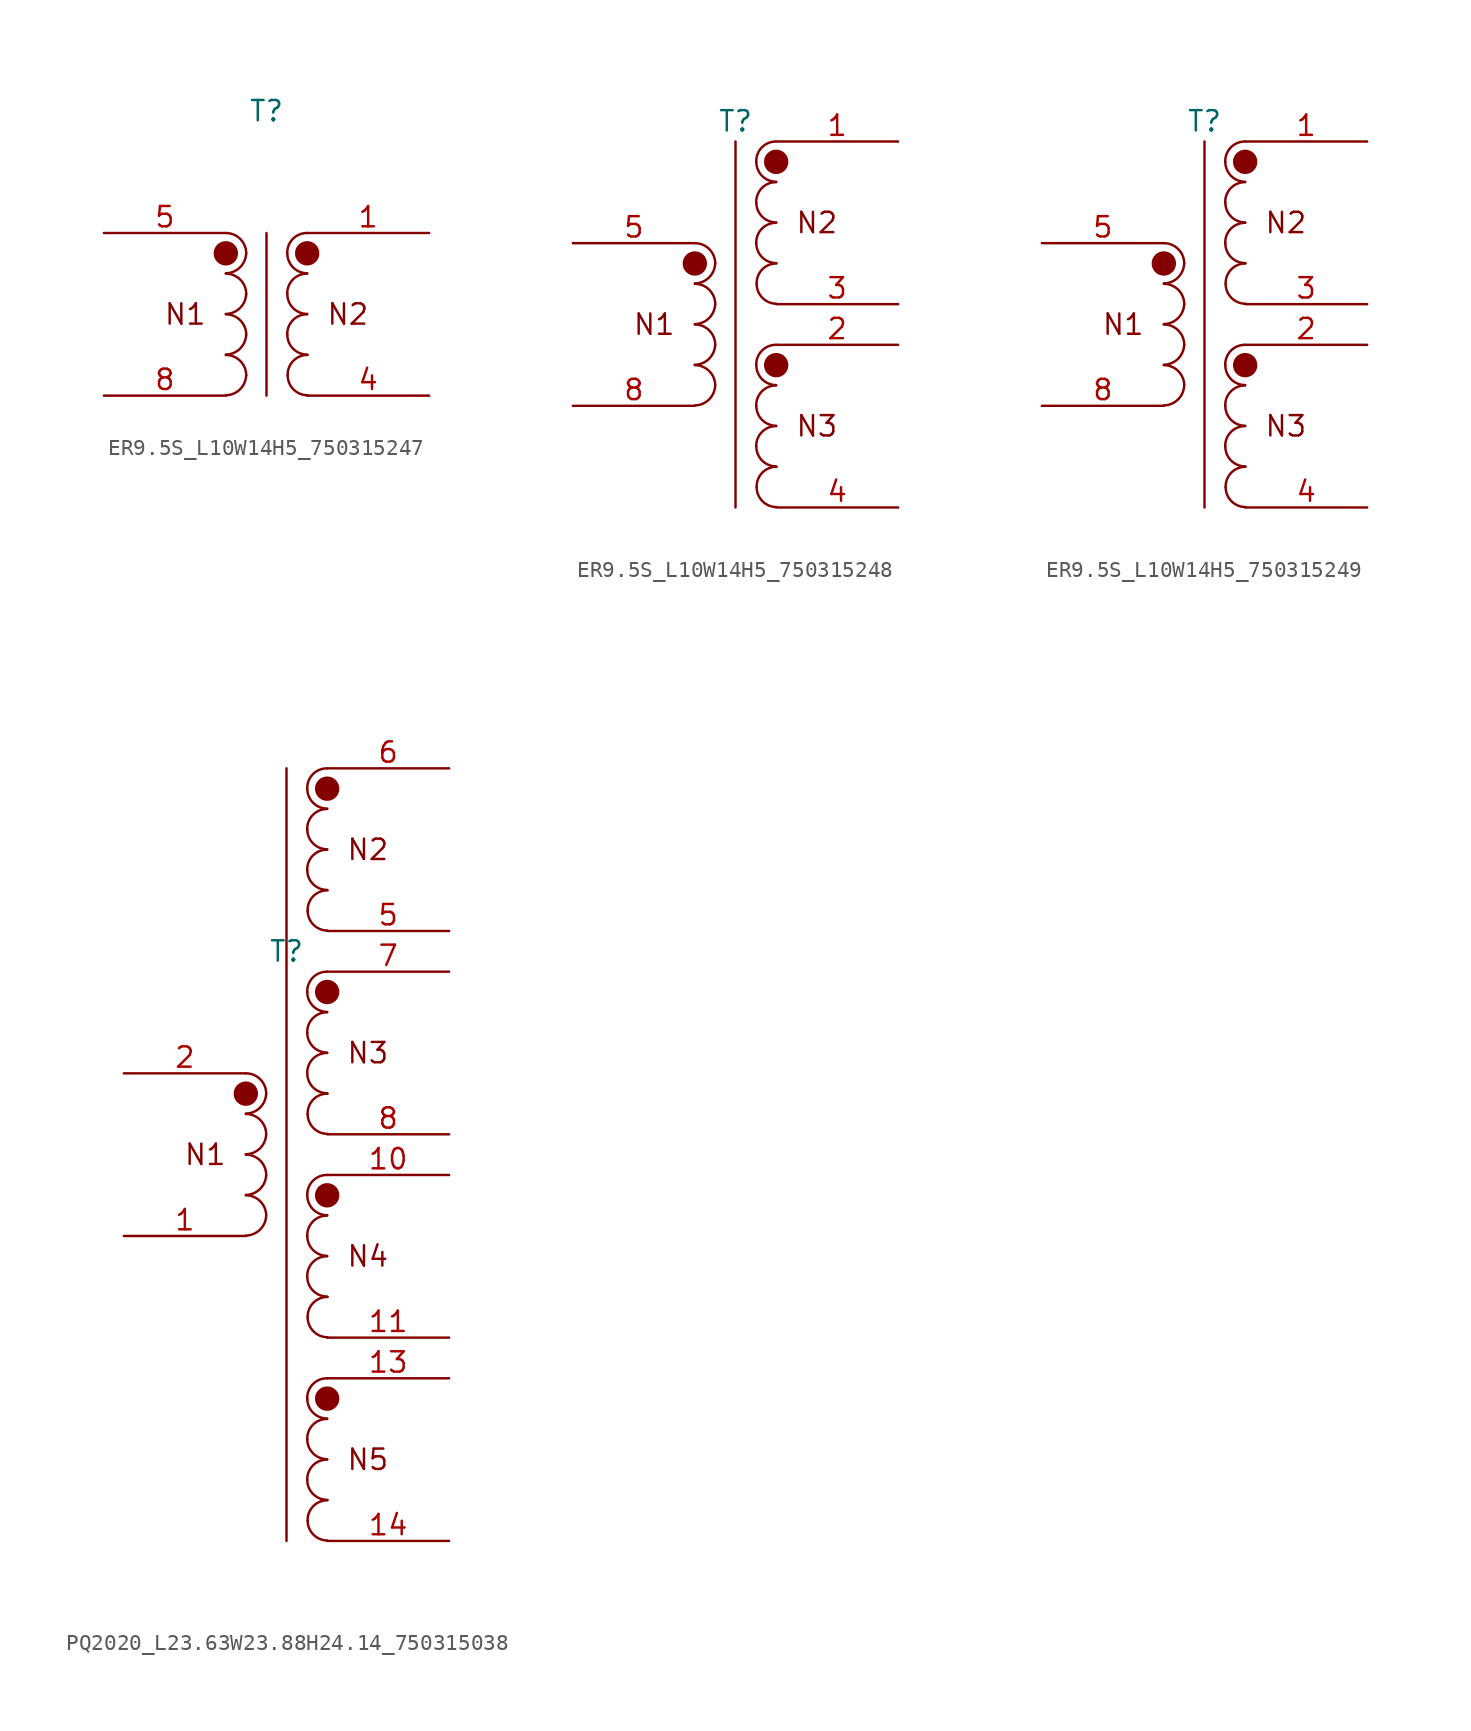
<source format=kicad_sym>
(kicad_symbol_lib
  (version 20220914)
  (generator kicad_symbol_editor)
  (symbol "ER9.5S_L10W14H5_750315247"
    (pin_names hide)
    (property "Reference" "T"
      (at 0 12.7 0)
      (effects (font (size 1.27 1.27))))
    (symbol "ER9.5S_L10W14H5_750315247_0_1"
      (arc (start -2.54 -5.0546) (mid -1.6599 -4.6901) (end -1.27 -3.81) (stroke (width 0) (type default)) (fill (type none)))
      (arc (start -2.54 -2.5146) (mid -1.6599 -2.1501) (end -1.27 -1.27) (stroke (width 0) (type default)) (fill (type none)))
      (arc (start -2.54 0.0254) (mid -1.6599 0.3899) (end -1.27 1.27) (stroke (width 0) (type default)) (fill (type none)))
      (arc (start -2.54 2.5654) (mid -1.6599 2.9299) (end -1.27 3.81) (stroke (width 0) (type default)) (fill (type none)))
      (arc (start -1.27 -3.81) (mid -1.642 -2.912) (end -2.54 -2.54) (stroke (width 0) (type default)) (fill (type none)))
      (arc (start -1.27 -1.27) (mid -1.642 -0.372) (end -2.54 0) (stroke (width 0) (type default)) (fill (type none)))
      (arc (start -1.27 1.27) (mid -1.642 2.168) (end -2.54 2.54) (stroke (width 0) (type default)) (fill (type none)))
      (arc (start -1.27 3.81) (mid -1.642 4.708) (end -2.54 5.08) (stroke (width 0) (type default)) (fill (type none)))
      (polyline (pts (xy 0 5.08) (xy 0 -5.08)) (stroke (width 0) (type default)) (fill (type none)))
      (arc (start 1.2954 -1.27) (mid 1.6599 -2.1501) (end 2.54 -2.5146) (stroke (width 0) (type default)) (fill (type none)))
      (arc (start 1.2954 1.27) (mid 1.6599 0.3899) (end 2.54 0.0254) (stroke (width 0) (type default)) (fill (type none)))
      (arc (start 1.2954 3.81) (mid 1.6599 2.9299) (end 2.54 2.5654) (stroke (width 0) (type default)) (fill (type none)))
      (arc (start 1.3208 -3.81) (mid 1.6853 -4.6901) (end 2.5654 -5.0546) (stroke (width 0) (type default)) (fill (type none)))
      (arc (start 2.54 0) (mid 1.642 -0.372) (end 1.2954 -1.27) (stroke (width 0) (type default)) (fill (type none)))
      (arc (start 2.54 2.54) (mid 1.642 2.168) (end 1.2954 1.27) (stroke (width 0) (type default)) (fill (type none)))
      (arc (start 2.54 5.08) (mid 1.642 4.708) (end 1.2954 3.81) (stroke (width 0) (type default)) (fill (type none)))
      (arc (start 2.5654 -2.54) (mid 1.6674 -2.912) (end 1.3208 -3.81) (stroke (width 0) (type default)) (fill (type none))))
    (symbol "ER9.5S_L10W14H5_750315247_1_1"
      (circle (center -2.54 3.81) (radius 0.0001) (stroke (width 0.762) (type default)) (fill (type none)))
      (circle (center 2.54 3.81) (radius 0.0001) (stroke (width 0.762) (type default)) (fill (type none)))
      (text "N1" (at -5.08 0 0) (effects (font (size 1.27 1.27))))
      (text "N2" (at 5.08 0 0) (effects (font (size 1.27 1.27))))
      (pin passive line (at 10.16 5.08 180) (length 7.62) (name "1" (effects (font (size 1.27 1.27)))) (number "1" (effects (font (size 1.27 1.27)))))
      (pin passive line (at 10.16 -5.08 180) (length 7.62) (name "4" (effects (font (size 1.27 1.27)))) (number "4" (effects (font (size 1.27 1.27)))))
      (pin passive line (at -10.16 5.08 0) (length 7.62) (name "5" (effects (font (size 1.27 1.27)))) (number "5" (effects (font (size 1.27 1.27)))))
      (pin passive line (at -10.16 -5.08 0) (length 7.62) (name "8" (effects (font (size 1.27 1.27)))) (number "8" (effects (font (size 1.27 1.27)))))))
  (symbol "ER9.5S_L10W14H5_750315248"
    (pin_names hide)
    (property "Reference" "T"
      (at 0 12.7 0)
      (effects (font (size 1.27 1.27))))
    (symbol "ER9.5S_L10W14H5_750315248_0_1"
      (arc (start -2.54 -5.0546) (mid -1.6599 -4.6901) (end -1.27 -3.81) (stroke (width 0) (type default)) (fill (type none)))
      (arc (start -2.54 -2.5146) (mid -1.6599 -2.1501) (end -1.27 -1.27) (stroke (width 0) (type default)) (fill (type none)))
      (arc (start -2.54 0.0254) (mid -1.6599 0.3899) (end -1.27 1.27) (stroke (width 0) (type default)) (fill (type none)))
      (arc (start -2.54 2.5654) (mid -1.6599 2.9299) (end -1.27 3.81) (stroke (width 0) (type default)) (fill (type none)))
      (arc (start -1.27 -3.81) (mid -1.642 -2.912) (end -2.54 -2.54) (stroke (width 0) (type default)) (fill (type none)))
      (arc (start -1.27 -1.27) (mid -1.642 -0.372) (end -2.54 0) (stroke (width 0) (type default)) (fill (type none)))
      (arc (start -1.27 1.27) (mid -1.642 2.168) (end -2.54 2.54) (stroke (width 0) (type default)) (fill (type none)))
      (arc (start -1.27 3.81) (mid -1.642 4.708) (end -2.54 5.08) (stroke (width 0) (type default)) (fill (type none)))
      (polyline (pts (xy 0 11.43) (xy 0 -11.43)) (stroke (width 0) (type default)) (fill (type none)))
      (arc (start 1.2954 -7.62) (mid 1.6599 -8.5001) (end 2.54 -8.8646) (stroke (width 0) (type default)) (fill (type none)))
      (arc (start 1.2954 -5.08) (mid 1.6599 -5.9601) (end 2.54 -6.3246) (stroke (width 0) (type default)) (fill (type none)))
      (arc (start 1.2954 -2.54) (mid 1.6599 -3.4201) (end 2.54 -3.7846) (stroke (width 0) (type default)) (fill (type none)))
      (arc (start 1.2954 5.08) (mid 1.6599 4.1999) (end 2.54 3.8354) (stroke (width 0) (type default)) (fill (type none)))
      (arc (start 1.2954 7.62) (mid 1.6599 6.7399) (end 2.54 6.3754) (stroke (width 0) (type default)) (fill (type none)))
      (arc (start 1.2954 10.16) (mid 1.6599 9.2799) (end 2.54 8.9154) (stroke (width 0) (type default)) (fill (type none)))
      (arc (start 1.3208 -10.16) (mid 1.6855 -11.0399) (end 2.5654 -11.4046) (stroke (width 0) (type default)) (fill (type none)))
      (arc (start 1.3208 2.54) (mid 1.6854 1.6601) (end 2.5654 1.2954) (stroke (width 0) (type default)) (fill (type none)))
      (arc (start 2.54 -6.35) (mid 1.6458 -6.7185) (end 1.2954 -7.62) (stroke (width 0) (type default)) (fill (type none)))
      (arc (start 2.54 -3.81) (mid 1.6458 -4.1785) (end 1.2954 -5.08) (stroke (width 0) (type default)) (fill (type none)))
      (arc (start 2.54 -1.27) (mid 1.6458 -1.6385) (end 1.2954 -2.54) (stroke (width 0) (type default)) (fill (type none)))
      (arc (start 2.54 6.35) (mid 1.6458 5.9815) (end 1.2954 5.08) (stroke (width 0) (type default)) (fill (type none)))
      (arc (start 2.54 8.89) (mid 1.6458 8.5215) (end 1.2954 7.62) (stroke (width 0) (type default)) (fill (type none)))
      (arc (start 2.54 11.43) (mid 1.6458 11.0615) (end 1.2954 10.16) (stroke (width 0) (type default)) (fill (type none)))
      (arc (start 2.5654 -8.89) (mid 1.6709 -9.2583) (end 1.3208 -10.16) (stroke (width 0) (type default)) (fill (type none)))
      (arc (start 2.5654 3.81) (mid 1.6709 3.4417) (end 1.3208 2.54) (stroke (width 0) (type default)) (fill (type none))))
    (symbol "ER9.5S_L10W14H5_750315248_1_1"
      (circle (center -2.54 3.81) (radius 0.0001) (stroke (width 0.762) (type default)) (fill (type none)))
      (circle (center 2.54 -2.54) (radius 0.0001) (stroke (width 0.762) (type default)) (fill (type none)))
      (circle (center 2.54 10.16) (radius 0.0001) (stroke (width 0.762) (type default)) (fill (type none)))
      (text "N1" (at -5.08 0 0) (effects (font (size 1.27 1.27))))
      (text "N2" (at 5.08 6.35 0) (effects (font (size 1.27 1.27))))
      (text "N3" (at 5.08 -6.35 0) (effects (font (size 1.27 1.27))))
      (pin passive line (at 10.16 11.43 180) (length 7.62) (name "1" (effects (font (size 1.27 1.27)))) (number "1" (effects (font (size 1.27 1.27)))))
      (pin passive line (at 10.16 -1.27 180) (length 7.62) (name "2" (effects (font (size 1.27 1.27)))) (number "2" (effects (font (size 1.27 1.27)))))
      (pin passive line (at 10.16 1.27 180) (length 7.62) (name "3" (effects (font (size 1.27 1.27)))) (number "3" (effects (font (size 1.27 1.27)))))
      (pin passive line (at 10.16 -11.43 180) (length 7.62) (name "4" (effects (font (size 1.27 1.27)))) (number "4" (effects (font (size 1.27 1.27)))))
      (pin passive line (at -10.16 5.08 0) (length 7.62) (name "5" (effects (font (size 1.27 1.27)))) (number "5" (effects (font (size 1.27 1.27)))))
      (pin passive line (at -10.16 -5.08 0) (length 7.62) (name "8" (effects (font (size 1.27 1.27)))) (number "8" (effects (font (size 1.27 1.27)))))))
  (symbol "ER9.5S_L10W14H5_750315249"
    (pin_names hide)
    (property "Reference" "T"
      (at 0 12.7 0)
      (effects (font (size 1.27 1.27))))
    (symbol "ER9.5S_L10W14H5_750315249_0_1"
      (arc (start -2.54 -5.0546) (mid -1.6599 -4.6901) (end -1.27 -3.81) (stroke (width 0) (type default)) (fill (type none)))
      (arc (start -2.54 -2.5146) (mid -1.6599 -2.1501) (end -1.27 -1.27) (stroke (width 0) (type default)) (fill (type none)))
      (arc (start -2.54 0.0254) (mid -1.6599 0.3899) (end -1.27 1.27) (stroke (width 0) (type default)) (fill (type none)))
      (arc (start -2.54 2.5654) (mid -1.6599 2.9299) (end -1.27 3.81) (stroke (width 0) (type default)) (fill (type none)))
      (arc (start -1.27 -3.81) (mid -1.642 -2.912) (end -2.54 -2.54) (stroke (width 0) (type default)) (fill (type none)))
      (arc (start -1.27 -1.27) (mid -1.642 -0.372) (end -2.54 0) (stroke (width 0) (type default)) (fill (type none)))
      (arc (start -1.27 1.27) (mid -1.642 2.168) (end -2.54 2.54) (stroke (width 0) (type default)) (fill (type none)))
      (arc (start -1.27 3.81) (mid -1.642 4.708) (end -2.54 5.08) (stroke (width 0) (type default)) (fill (type none)))
      (polyline (pts (xy 0 11.43) (xy 0 -11.43)) (stroke (width 0) (type default)) (fill (type none)))
      (arc (start 1.2954 -7.62) (mid 1.6599 -8.5001) (end 2.54 -8.8646) (stroke (width 0) (type default)) (fill (type none)))
      (arc (start 1.2954 -5.08) (mid 1.6599 -5.9601) (end 2.54 -6.3246) (stroke (width 0) (type default)) (fill (type none)))
      (arc (start 1.2954 -2.54) (mid 1.6599 -3.4201) (end 2.54 -3.7846) (stroke (width 0) (type default)) (fill (type none)))
      (arc (start 1.2954 5.08) (mid 1.6599 4.1999) (end 2.54 3.8354) (stroke (width 0) (type default)) (fill (type none)))
      (arc (start 1.2954 7.62) (mid 1.6599 6.7399) (end 2.54 6.3754) (stroke (width 0) (type default)) (fill (type none)))
      (arc (start 1.2954 10.16) (mid 1.6599 9.2799) (end 2.54 8.9154) (stroke (width 0) (type default)) (fill (type none)))
      (arc (start 1.3208 -10.16) (mid 1.6855 -11.0399) (end 2.5654 -11.4046) (stroke (width 0) (type default)) (fill (type none)))
      (arc (start 1.3208 2.54) (mid 1.6854 1.6601) (end 2.5654 1.2954) (stroke (width 0) (type default)) (fill (type none)))
      (arc (start 2.54 -6.35) (mid 1.6458 -6.7185) (end 1.2954 -7.62) (stroke (width 0) (type default)) (fill (type none)))
      (arc (start 2.54 -3.81) (mid 1.6458 -4.1785) (end 1.2954 -5.08) (stroke (width 0) (type default)) (fill (type none)))
      (arc (start 2.54 -1.27) (mid 1.6458 -1.6385) (end 1.2954 -2.54) (stroke (width 0) (type default)) (fill (type none)))
      (arc (start 2.54 6.35) (mid 1.6458 5.9815) (end 1.2954 5.08) (stroke (width 0) (type default)) (fill (type none)))
      (arc (start 2.54 8.89) (mid 1.6458 8.5215) (end 1.2954 7.62) (stroke (width 0) (type default)) (fill (type none)))
      (arc (start 2.54 11.43) (mid 1.6458 11.0615) (end 1.2954 10.16) (stroke (width 0) (type default)) (fill (type none)))
      (arc (start 2.5654 -8.89) (mid 1.6709 -9.2583) (end 1.3208 -10.16) (stroke (width 0) (type default)) (fill (type none)))
      (arc (start 2.5654 3.81) (mid 1.6709 3.4417) (end 1.3208 2.54) (stroke (width 0) (type default)) (fill (type none))))
    (symbol "ER9.5S_L10W14H5_750315249_1_1"
      (circle (center -2.54 3.81) (radius 0.0001) (stroke (width 0.762) (type default)) (fill (type none)))
      (circle (center 2.54 -2.54) (radius 0.0001) (stroke (width 0.762) (type default)) (fill (type none)))
      (circle (center 2.54 10.16) (radius 0.0001) (stroke (width 0.762) (type default)) (fill (type none)))
      (text "N1" (at -5.08 0 0) (effects (font (size 1.27 1.27))))
      (text "N2" (at 5.08 6.35 0) (effects (font (size 1.27 1.27))))
      (text "N3" (at 5.08 -6.35 0) (effects (font (size 1.27 1.27))))
      (pin passive line (at 10.16 11.43 180) (length 7.62) (name "1" (effects (font (size 1.27 1.27)))) (number "1" (effects (font (size 1.27 1.27)))))
      (pin passive line (at 10.16 -1.27 180) (length 7.62) (name "2" (effects (font (size 1.27 1.27)))) (number "2" (effects (font (size 1.27 1.27)))))
      (pin passive line (at 10.16 1.27 180) (length 7.62) (name "3" (effects (font (size 1.27 1.27)))) (number "3" (effects (font (size 1.27 1.27)))))
      (pin passive line (at 10.16 -11.43 180) (length 7.62) (name "4" (effects (font (size 1.27 1.27)))) (number "4" (effects (font (size 1.27 1.27)))))
      (pin passive line (at -10.16 5.08 0) (length 7.62) (name "5" (effects (font (size 1.27 1.27)))) (number "5" (effects (font (size 1.27 1.27)))))
      (pin passive line (at -10.16 -5.08 0) (length 7.62) (name "8" (effects (font (size 1.27 1.27)))) (number "8" (effects (font (size 1.27 1.27)))))))
  (symbol "PQ2020_L23.63W23.88H24.14_750315038"
    (pin_names hide)
    (property "Reference" "T"
      (at 0 12.7 0)
      (effects (font (size 1.27 1.27))))
    (symbol "PQ2020_L23.63W23.88H24.14_750315038_0_1"
      (arc (start -2.54 -5.0546) (mid -1.6599 -4.6901) (end -1.27 -3.81) (stroke (width 0) (type default)) (fill (type none)))
      (arc (start -2.54 -2.5146) (mid -1.6599 -2.1501) (end -1.27 -1.27) (stroke (width 0) (type default)) (fill (type none)))
      (arc (start -2.54 0.0254) (mid -1.6599 0.3899) (end -1.27 1.27) (stroke (width 0) (type default)) (fill (type none)))
      (arc (start -2.54 2.5654) (mid -1.6599 2.9299) (end -1.27 3.81) (stroke (width 0) (type default)) (fill (type none)))
      (arc (start -1.27 -3.81) (mid -1.642 -2.912) (end -2.54 -2.54) (stroke (width 0) (type default)) (fill (type none)))
      (arc (start -1.27 -1.27) (mid -1.642 -0.372) (end -2.54 0) (stroke (width 0) (type default)) (fill (type none)))
      (arc (start -1.27 1.27) (mid -1.642 2.168) (end -2.54 2.54) (stroke (width 0) (type default)) (fill (type none)))
      (arc (start -1.27 3.81) (mid -1.642 4.708) (end -2.54 5.08) (stroke (width 0) (type default)) (fill (type none)))
      (polyline (pts (xy 0 24.13) (xy 0 -24.13)) (stroke (width 0) (type default)) (fill (type none)))
      (arc (start 1.2954 -20.32) (mid 1.6599 -21.2001) (end 2.54 -21.5646) (stroke (width 0) (type default)) (fill (type none)))
      (arc (start 1.2954 -17.78) (mid 1.6599 -18.6601) (end 2.54 -19.0246) (stroke (width 0) (type default)) (fill (type none)))
      (arc (start 1.2954 -15.24) (mid 1.6599 -16.1201) (end 2.54 -16.4846) (stroke (width 0) (type default)) (fill (type none)))
      (arc (start 1.2954 -7.62) (mid 1.6599 -8.5001) (end 2.54 -8.8646) (stroke (width 0) (type default)) (fill (type none)))
      (arc (start 1.2954 -5.08) (mid 1.6599 -5.9601) (end 2.54 -6.3246) (stroke (width 0) (type default)) (fill (type none)))
      (arc (start 1.2954 -2.54) (mid 1.6599 -3.4201) (end 2.54 -3.7846) (stroke (width 0) (type default)) (fill (type none)))
      (arc (start 1.2954 5.08) (mid 1.6599 4.1999) (end 2.54 3.8354) (stroke (width 0) (type default)) (fill (type none)))
      (arc (start 1.2954 7.62) (mid 1.6599 6.7399) (end 2.54 6.3754) (stroke (width 0) (type default)) (fill (type none)))
      (arc (start 1.2954 10.16) (mid 1.6599 9.2799) (end 2.54 8.9154) (stroke (width 0) (type default)) (fill (type none)))
      (arc (start 1.2954 17.78) (mid 1.6599 16.8999) (end 2.54 16.5354) (stroke (width 0) (type default)) (fill (type none)))
      (arc (start 1.2954 20.32) (mid 1.6599 19.4399) (end 2.54 19.0754) (stroke (width 0) (type default)) (fill (type none)))
      (arc (start 1.2954 22.86) (mid 1.6599 21.9799) (end 2.54 21.6154) (stroke (width 0) (type default)) (fill (type none)))
      (arc (start 1.3208 -22.86) (mid 1.6855 -23.7399) (end 2.5654 -24.1046) (stroke (width 0) (type default)) (fill (type none)))
      (arc (start 1.3208 -10.16) (mid 1.6855 -11.0399) (end 2.5654 -11.4046) (stroke (width 0) (type default)) (fill (type none)))
      (arc (start 1.3208 2.54) (mid 1.6854 1.6601) (end 2.5654 1.2954) (stroke (width 0) (type default)) (fill (type none)))
      (arc (start 1.3208 15.24) (mid 1.6855 14.3601) (end 2.5654 13.9954) (stroke (width 0) (type default)) (fill (type none)))
      (arc (start 2.54 -19.05) (mid 1.6458 -19.4185) (end 1.2954 -20.32) (stroke (width 0) (type default)) (fill (type none)))
      (arc (start 2.54 -16.51) (mid 1.6458 -16.8785) (end 1.2954 -17.78) (stroke (width 0) (type default)) (fill (type none)))
      (arc (start 2.54 -13.97) (mid 1.6458 -14.3385) (end 1.2954 -15.24) (stroke (width 0) (type default)) (fill (type none)))
      (arc (start 2.54 -6.35) (mid 1.6458 -6.7185) (end 1.2954 -7.62) (stroke (width 0) (type default)) (fill (type none)))
      (arc (start 2.54 -3.81) (mid 1.6458 -4.1785) (end 1.2954 -5.08) (stroke (width 0) (type default)) (fill (type none)))
      (arc (start 2.54 -1.27) (mid 1.6458 -1.6385) (end 1.2954 -2.54) (stroke (width 0) (type default)) (fill (type none)))
      (arc (start 2.54 6.35) (mid 1.6458 5.9815) (end 1.2954 5.08) (stroke (width 0) (type default)) (fill (type none)))
      (arc (start 2.54 8.89) (mid 1.6458 8.5215) (end 1.2954 7.62) (stroke (width 0) (type default)) (fill (type none)))
      (arc (start 2.54 11.43) (mid 1.6458 11.0615) (end 1.2954 10.16) (stroke (width 0) (type default)) (fill (type none)))
      (arc (start 2.54 19.05) (mid 1.6458 18.6815) (end 1.2954 17.78) (stroke (width 0) (type default)) (fill (type none)))
      (arc (start 2.54 21.59) (mid 1.6458 21.2215) (end 1.2954 20.32) (stroke (width 0) (type default)) (fill (type none)))
      (arc (start 2.54 24.13) (mid 1.6458 23.7615) (end 1.2954 22.86) (stroke (width 0) (type default)) (fill (type none)))
      (arc (start 2.5654 -21.59) (mid 1.6709 -21.9583) (end 1.3208 -22.86) (stroke (width 0) (type default)) (fill (type none)))
      (arc (start 2.5654 -8.89) (mid 1.6709 -9.2583) (end 1.3208 -10.16) (stroke (width 0) (type default)) (fill (type none)))
      (arc (start 2.5654 3.81) (mid 1.6709 3.4417) (end 1.3208 2.54) (stroke (width 0) (type default)) (fill (type none)))
      (arc (start 2.5654 16.51) (mid 1.6709 16.1417) (end 1.3208 15.24) (stroke (width 0) (type default)) (fill (type none))))
    (symbol "PQ2020_L23.63W23.88H24.14_750315038_1_1"
      (circle (center -2.54 3.81) (radius 0.0001) (stroke (width 0.762) (type default)) (fill (type none)))
      (circle (center 2.54 -15.24) (radius 0.0001) (stroke (width 0.762) (type default)) (fill (type none)))
      (circle (center 2.54 -2.54) (radius 0.0001) (stroke (width 0.762) (type default)) (fill (type none)))
      (circle (center 2.54 10.16) (radius 0.0001) (stroke (width 0.762) (type default)) (fill (type none)))
      (circle (center 2.54 22.86) (radius 0.0001) (stroke (width 0.762) (type default)) (fill (type none)))
      (text "N1" (at -5.08 0 0) (effects (font (size 1.27 1.27))))
      (text "N2" (at 5.08 19.05 0) (effects (font (size 1.27 1.27))))
      (text "N3" (at 5.08 6.35 0) (effects (font (size 1.27 1.27))))
      (text "N4" (at 5.08 -6.35 0) (effects (font (size 1.27 1.27))))
      (text "N5" (at 5.08 -19.05 0) (effects (font (size 1.27 1.27))))
      (pin passive line (at -10.16 -5.08 0) (length 7.62) (name "1" (effects (font (size 1.27 1.27)))) (number "1" (effects (font (size 1.27 1.27)))))
      (pin passive line (at 10.16 -1.27 180) (length 7.62) (name "10" (effects (font (size 1.27 1.27)))) (number "10" (effects (font (size 1.27 1.27)))))
      (pin passive line (at 10.16 -11.43 180) (length 7.62) (name "11" (effects (font (size 1.27 1.27)))) (number "11" (effects (font (size 1.27 1.27)))))
      (pin passive line (at 10.16 -13.97 180) (length 7.62) (name "13" (effects (font (size 1.27 1.27)))) (number "13" (effects (font (size 1.27 1.27)))))
      (pin passive line (at 10.16 -24.13 180) (length 7.62) (name "14" (effects (font (size 1.27 1.27)))) (number "14" (effects (font (size 1.27 1.27)))))
      (pin passive line (at -10.16 5.08 0) (length 7.62) (name "2" (effects (font (size 1.27 1.27)))) (number "2" (effects (font (size 1.27 1.27)))))
      (pin passive line (at 10.16 13.97 180) (length 7.62) (name "5" (effects (font (size 1.27 1.27)))) (number "5" (effects (font (size 1.27 1.27)))))
      (pin passive line (at 10.16 24.13 180) (length 7.62) (name "6" (effects (font (size 1.27 1.27)))) (number "6" (effects (font (size 1.27 1.27)))))
      (pin passive line (at 10.16 11.43 180) (length 7.62) (name "7" (effects (font (size 1.27 1.27)))) (number "7" (effects (font (size 1.27 1.27)))))
      (pin passive line (at 10.16 1.27 180) (length 7.62) (name "8" (effects (font (size 1.27 1.27)))) (number "8" (effects (font (size 1.27 1.27))))))))
</source>
